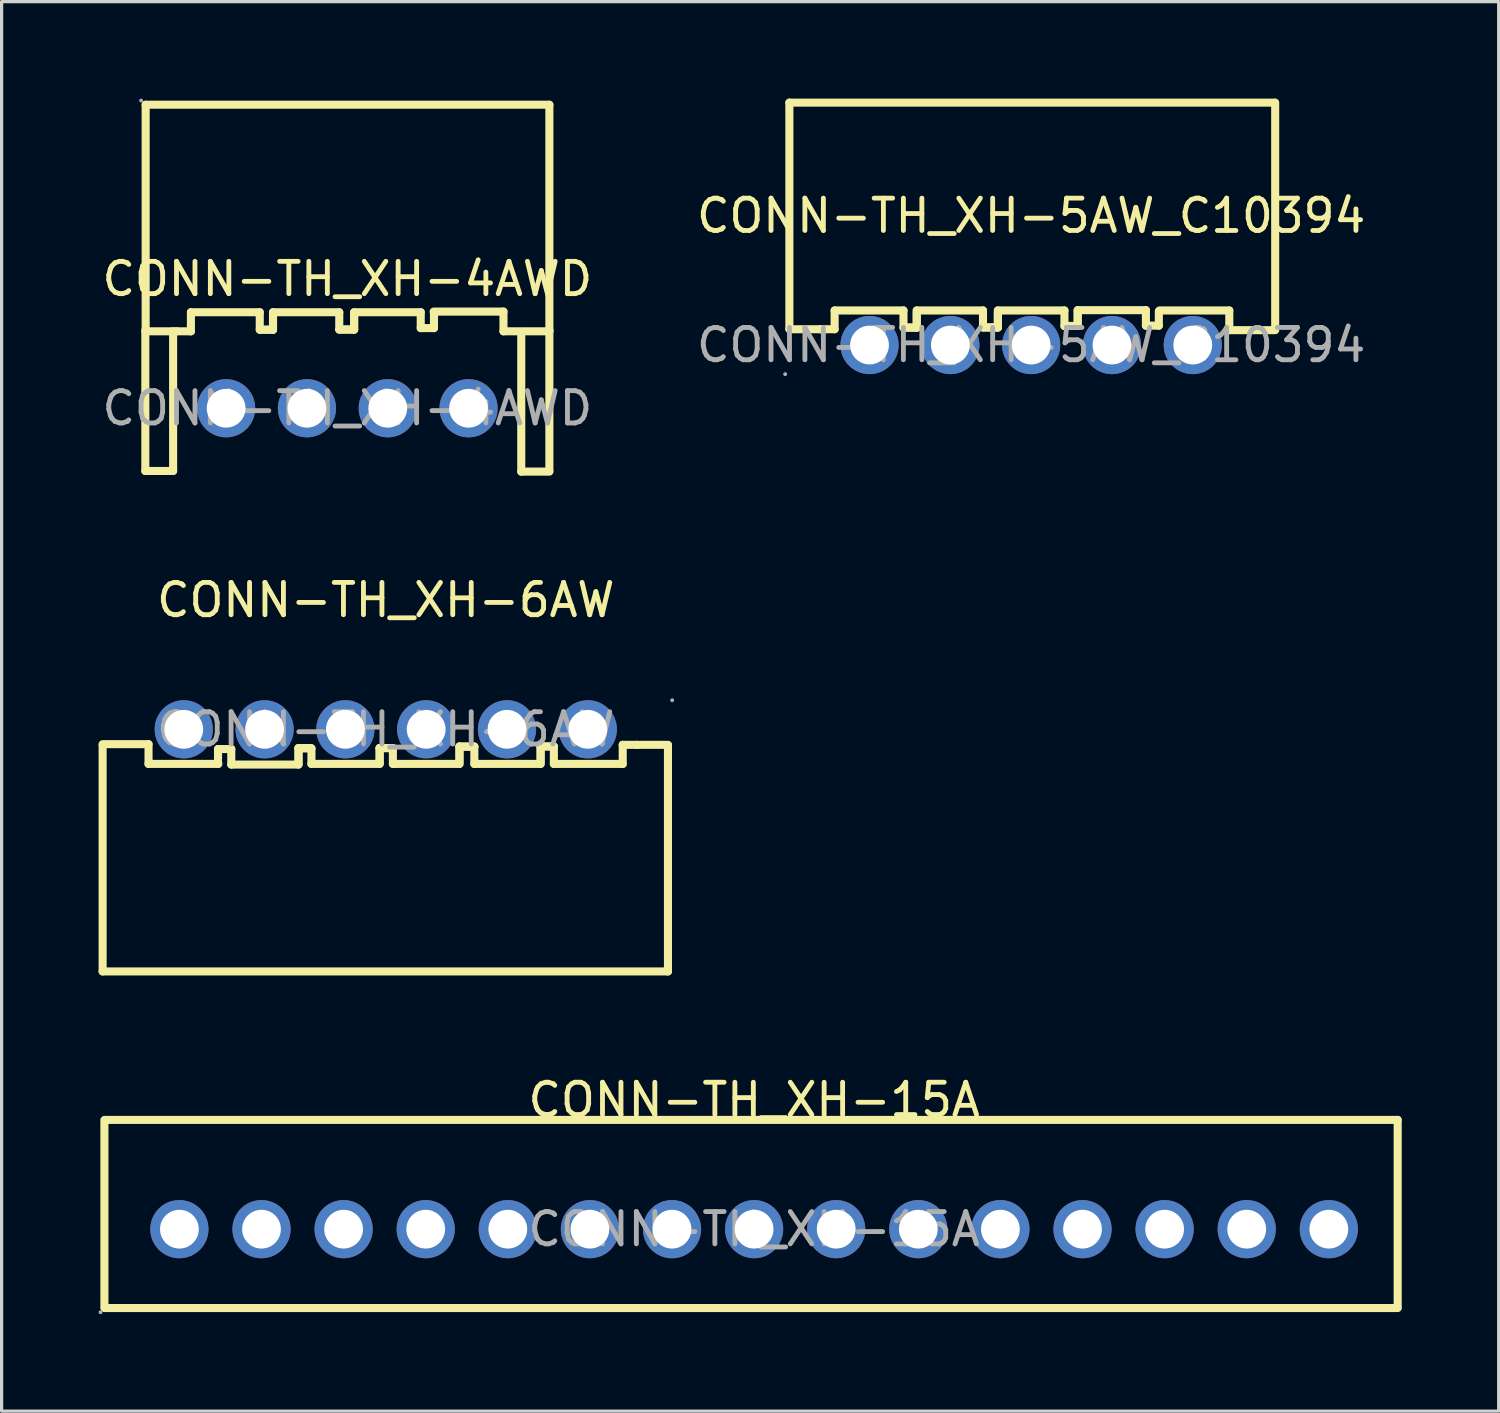
<source format=kicad_pcb>
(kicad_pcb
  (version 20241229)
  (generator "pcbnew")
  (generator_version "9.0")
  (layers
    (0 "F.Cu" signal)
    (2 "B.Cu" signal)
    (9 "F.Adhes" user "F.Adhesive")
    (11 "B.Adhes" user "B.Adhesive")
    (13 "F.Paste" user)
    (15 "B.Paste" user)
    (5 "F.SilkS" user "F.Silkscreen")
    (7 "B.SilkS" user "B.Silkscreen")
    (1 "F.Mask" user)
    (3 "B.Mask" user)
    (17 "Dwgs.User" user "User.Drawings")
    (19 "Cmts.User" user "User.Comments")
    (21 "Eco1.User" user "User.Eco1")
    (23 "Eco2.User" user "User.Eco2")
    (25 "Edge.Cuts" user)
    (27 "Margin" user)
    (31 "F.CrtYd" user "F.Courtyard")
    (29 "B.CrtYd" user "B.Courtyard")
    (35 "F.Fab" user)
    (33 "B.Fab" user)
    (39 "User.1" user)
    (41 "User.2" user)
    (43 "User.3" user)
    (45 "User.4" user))
  (footprint "CONN-TH_XH-4AWD"
    (layer "F.Cu")
    (at 7.696 9.58)
    (property "Reference" "CONN-TH_XH-4AWD" (at 0 -4 0) (layer "F.SilkS") (effects (font (size 1 1) (thickness 0.15))))
    (attr through_hole)
    (fp_line (start -6.25 -2.41) (end -6.25 1.94) (stroke (width 0.25) (type solid)) (layer "F.SilkS"))
    (fp_line (start -6.25 1.94) (end -5.39 1.94) (stroke (width 0.25) (type solid)) (layer "F.SilkS"))
    (fp_line (start -6.24 -9.39) (end 6.25 -9.39) (stroke (width 0.25) (type solid)) (layer "F.SilkS"))
    (fp_line (start -6.24 -2.39) (end -6.24 -9.39) (stroke (width 0.25) (type solid)) (layer "F.SilkS"))
    (fp_line (start -6.24 -2.38) (end -5.28 -2.38) (stroke (width 0.25) (type solid)) (layer "F.SilkS"))
    (fp_line (start -5.39 1.94) (end -5.39 -2.38) (stroke (width 0.25) (type solid)) (layer "F.SilkS"))
    (fp_line (start -5.28 -2.38) (end -4.84 -2.38) (stroke (width 0.25) (type solid)) (layer "F.SilkS"))
    (fp_line (start -4.84 -2.97) (end -2.71 -2.97) (stroke (width 0.25) (type solid)) (layer "F.SilkS"))
    (fp_line (start -4.84 -2.38) (end -4.84 -2.97) (stroke (width 0.25) (type solid)) (layer "F.SilkS"))
    (fp_line (start -2.71 -2.97) (end -2.71 -2.43) (stroke (width 0.25) (type solid)) (layer "F.SilkS"))
    (fp_line (start -2.71 -2.43) (end -2.3 -2.43) (stroke (width 0.25) (type solid)) (layer "F.SilkS"))
    (fp_line (start -2.69 -2.43) (end -2.3 -2.43) (stroke (width 0.25) (type solid)) (layer "F.SilkS"))
    (fp_line (start -2.3 -2.97) (end -0.25 -2.97) (stroke (width 0.25) (type solid)) (layer "F.SilkS"))
    (fp_line (start -2.3 -2.43) (end -2.3 -2.97) (stroke (width 0.25) (type solid)) (layer "F.SilkS"))
    (fp_line (start -2.3 -2.43) (end -2.3 -2.89) (stroke (width 0.25) (type solid)) (layer "F.SilkS"))
    (fp_line (start -0.25 -2.97) (end -0.25 -2.44) (stroke (width 0.25) (type solid)) (layer "F.SilkS"))
    (fp_line (start -0.25 -2.44) (end 0.21 -2.44) (stroke (width 0.25) (type solid)) (layer "F.SilkS"))
    (fp_line (start -0.25 -2.43) (end 0.21 -2.43) (stroke (width 0.25) (type solid)) (layer "F.SilkS"))
    (fp_line (start 0.21 -2.97) (end 2.27 -2.97) (stroke (width 0.25) (type solid)) (layer "F.SilkS"))
    (fp_line (start 0.21 -2.44) (end 0.21 -2.9) (stroke (width 0.25) (type solid)) (layer "F.SilkS"))
    (fp_line (start 0.21 -2.43) (end 0.21 -2.97) (stroke (width 0.25) (type solid)) (layer "F.SilkS"))
    (fp_line (start 2.27 -2.97) (end 2.27 -2.48) (stroke (width 0.25) (type solid)) (layer "F.SilkS"))
    (fp_line (start 2.27 -2.48) (end 2.68 -2.48) (stroke (width 0.25) (type solid)) (layer "F.SilkS"))
    (fp_line (start 2.67 -2.99) (end 4.83 -2.99) (stroke (width 0.25) (type solid)) (layer "F.SilkS"))
    (fp_line (start 2.68 -2.48) (end 2.68 -2.94) (stroke (width 0.25) (type solid)) (layer "F.SilkS"))
    (fp_line (start 4.83 -2.99) (end 4.83 -2.38) (stroke (width 0.25) (type solid)) (layer "F.SilkS"))
    (fp_line (start 4.83 -2.38) (end 6.25 -2.38) (stroke (width 0.25) (type solid)) (layer "F.SilkS"))
    (fp_line (start 5.38 1.96) (end 5.38 -2.36) (stroke (width 0.25) (type solid)) (layer "F.SilkS"))
    (fp_line (start 6.25 -2.41) (end 6.25 1.94) (stroke (width 0.25) (type solid)) (layer "F.SilkS"))
    (fp_line (start 6.25 -2.39) (end 6.25 -9.39) (stroke (width 0.25) (type solid)) (layer "F.SilkS"))
    (fp_line (start 6.25 1.96) (end 5.38 1.96) (stroke (width 0.25) (type solid)) (layer "F.SilkS"))
    (fp_circle (center -6.38 -9.52) (end -6.35 -9.52) (stroke (width 0.06) (type solid)) (fill no) (layer "F.Fab"))
    (fp_circle (center -3.75 0) (end -3.5 0) (stroke (width 0.5) (type solid)) (fill no) (layer "F.Fab"))
    (fp_circle (center -1.25 0) (end -1 0) (stroke (width 0.5) (type solid)) (fill no) (layer "F.Fab"))
    (fp_circle (center 1.25 0) (end 1.5 0) (stroke (width 0.5) (type solid)) (fill no) (layer "F.Fab"))
    (fp_circle (center 3.75 0) (end 4 0) (stroke (width 0.5) (type solid)) (fill no) (layer "F.Fab"))
    (fp_text user "${REFERENCE}" (at 0 0 0) (layer "F.Fab") (effects (font (size 1 1) (thickness 0.15))))
    (pad "1" thru_hole circle (at -3.75 0) (size 1.8 1.8) (drill 1.199) (layers "*.Cu" "*.Paste" "*.Mask"))
    (pad "2" thru_hole circle (at -1.25 0) (size 1.8 1.8) (drill 1.199) (layers "*.Cu" "*.Paste" "*.Mask"))
    (pad "3" thru_hole circle (at 1.25 0) (size 1.8 1.8) (drill 1.199) (layers "*.Cu" "*.Paste" "*.Mask"))
    (pad "4" thru_hole circle (at 3.75 0) (size 1.8 1.8) (drill 1.199) (layers "*.Cu" "*.Paste" "*.Mask")))
  (footprint "CONN-TH_XH-15A"
    (layer "F.Cu")
    (at 20.28 34.977)
    (property "Reference" "CONN-TH_XH-15A" (at 0 -4 0) (layer "F.SilkS") (effects (font (size 1 1) (thickness 0.15))))
    (attr through_hole)
    (fp_line (start -20.1 -3.37) (end -20.1 2.43) (stroke (width 0.25) (type solid)) (layer "F.SilkS"))
    (fp_line (start -20.09 -3.38) (end 19.91 -3.38) (stroke (width 0.25) (type solid)) (layer "F.SilkS"))
    (fp_line (start -20.09 2.44) (end 19.91 2.44) (stroke (width 0.25) (type solid)) (layer "F.SilkS"))
    (fp_line (start 19.91 -3.38) (end 19.91 2.41) (stroke (width 0.25) (type solid)) (layer "F.SilkS"))
    (fp_circle (center -20.22 2.57) (end -20.19 2.57) (stroke (width 0.06) (type solid)) (fill no) (layer "F.Fab"))
    (fp_circle (center -17.78 0) (end -17.53 0) (stroke (width 0.5) (type solid)) (fill no) (layer "F.Fab"))
    (fp_circle (center -15.24 0) (end -14.99 0) (stroke (width 0.5) (type solid)) (fill no) (layer "F.Fab"))
    (fp_circle (center -12.7 0) (end -12.45 0) (stroke (width 0.5) (type solid)) (fill no) (layer "F.Fab"))
    (fp_circle (center -10.16 0) (end -9.91 0) (stroke (width 0.5) (type solid)) (fill no) (layer "F.Fab"))
    (fp_circle (center -7.62 0) (end -7.37 0) (stroke (width 0.5) (type solid)) (fill no) (layer "F.Fab"))
    (fp_circle (center -5.08 0) (end -4.83 0) (stroke (width 0.5) (type solid)) (fill no) (layer "F.Fab"))
    (fp_circle (center -2.54 0) (end -2.29 0) (stroke (width 0.5) (type solid)) (fill no) (layer "F.Fab"))
    (fp_circle (center 0 0) (end 0.25 0) (stroke (width 0.5) (type solid)) (fill no) (layer "F.Fab"))
    (fp_circle (center 2.54 0) (end 2.79 0) (stroke (width 0.5) (type solid)) (fill no) (layer "F.Fab"))
    (fp_circle (center 5.08 0) (end 5.33 0) (stroke (width 0.5) (type solid)) (fill no) (layer "F.Fab"))
    (fp_circle (center 7.62 0) (end 7.87 0) (stroke (width 0.5) (type solid)) (fill no) (layer "F.Fab"))
    (fp_circle (center 10.16 0) (end 10.41 0) (stroke (width 0.5) (type solid)) (fill no) (layer "F.Fab"))
    (fp_circle (center 12.7 0) (end 12.95 0) (stroke (width 0.5) (type solid)) (fill no) (layer "F.Fab"))
    (fp_circle (center 15.24 0) (end 15.49 0) (stroke (width 0.5) (type solid)) (fill no) (layer "F.Fab"))
    (fp_circle (center 17.78 0) (end 18.03 0) (stroke (width 0.5) (type solid)) (fill no) (layer "F.Fab"))
    (fp_text user "${REFERENCE}" (at 0 0 0) (layer "F.Fab") (effects (font (size 1 1) (thickness 0.15))))
    (pad "1" thru_hole circle (at -17.78 0) (size 1.8 1.8) (drill 1.199) (layers "*.Cu" "*.Paste" "*.Mask"))
    (pad "2" thru_hole circle (at -15.24 0) (size 1.8 1.8) (drill 1.199) (layers "*.Cu" "*.Paste" "*.Mask"))
    (pad "3" thru_hole circle (at -12.7 0) (size 1.8 1.8) (drill 1.199) (layers "*.Cu" "*.Paste" "*.Mask"))
    (pad "4" thru_hole circle (at -10.16 0) (size 1.8 1.8) (drill 1.199) (layers "*.Cu" "*.Paste" "*.Mask"))
    (pad "5" thru_hole circle (at -7.62 0) (size 1.8 1.8) (drill 1.199) (layers "*.Cu" "*.Paste" "*.Mask"))
    (pad "6" thru_hole circle (at -5.08 0) (size 1.8 1.8) (drill 1.199) (layers "*.Cu" "*.Paste" "*.Mask"))
    (pad "7" thru_hole circle (at -2.54 0) (size 1.8 1.8) (drill 1.199) (layers "*.Cu" "*.Paste" "*.Mask"))
    (pad "8" thru_hole circle (at 0 0) (size 1.8 1.8) (drill 1.199) (layers "*.Cu" "*.Paste" "*.Mask"))
    (pad "9" thru_hole circle (at 2.54 0) (size 1.8 1.8) (drill 1.199) (layers "*.Cu" "*.Paste" "*.Mask"))
    (pad "10" thru_hole circle (at 5.08 0) (size 1.8 1.8) (drill 1.199) (layers "*.Cu" "*.Paste" "*.Mask"))
    (pad "11" thru_hole circle (at 7.62 0) (size 1.8 1.8) (drill 1.199) (layers "*.Cu" "*.Paste" "*.Mask"))
    (pad "12" thru_hole circle (at 10.16 0) (size 1.8 1.8) (drill 1.199) (layers "*.Cu" "*.Paste" "*.Mask"))
    (pad "13" thru_hole circle (at 12.7 0) (size 1.8 1.8) (drill 1.199) (layers "*.Cu" "*.Paste" "*.Mask"))
    (pad "14" thru_hole circle (at 15.24 0) (size 1.8 1.8) (drill 1.199) (layers "*.Cu" "*.Paste" "*.Mask"))
    (pad "15" thru_hole circle (at 17.78 0) (size 1.8 1.8) (drill 1.199) (layers "*.Cu" "*.Paste" "*.Mask")))
  (footprint "CONN-TH_XH-6AW"
    (layer "F.Cu")
    (at 8.885 19.513)
    (property "Reference" "CONN-TH_XH-6AW" (at 0 -4 0) (layer "F.SilkS") (effects (font (size 1 1) (thickness 0.15))))
    (attr through_hole)
    (fp_line (start -8.76 0.49) (end -8.76 7.49) (stroke (width 0.25) (type solid)) (layer "F.SilkS"))
    (fp_line (start -7.34 0.46) (end -8.76 0.46) (stroke (width 0.25) (type solid)) (layer "F.SilkS"))
    (fp_line (start -7.34 1.07) (end -7.34 0.46) (stroke (width 0.25) (type solid)) (layer "F.SilkS"))
    (fp_line (start -5.19 0.61) (end -5.19 1.07) (stroke (width 0.25) (type solid)) (layer "F.SilkS"))
    (fp_line (start -5.18 1.07) (end -7.34 1.07) (stroke (width 0.25) (type solid)) (layer "F.SilkS"))
    (fp_line (start -4.78 0.61) (end -5.19 0.61) (stroke (width 0.25) (type solid)) (layer "F.SilkS"))
    (fp_line (start -4.78 1.09) (end -4.78 0.61) (stroke (width 0.25) (type solid)) (layer "F.SilkS"))
    (fp_line (start -2.7 0.58) (end -2.7 1.09) (stroke (width 0.25) (type solid)) (layer "F.SilkS"))
    (fp_line (start -2.7 0.59) (end -2.7 1.05) (stroke (width 0.25) (type solid)) (layer "F.SilkS"))
    (fp_line (start -2.7 1.09) (end -4.78 1.09) (stroke (width 0.25) (type solid)) (layer "F.SilkS"))
    (fp_line (start -2.32 0.58) (end -2.7 0.58) (stroke (width 0.25) (type solid)) (layer "F.SilkS"))
    (fp_line (start -2.3 0.59) (end -2.7 0.59) (stroke (width 0.25) (type solid)) (layer "F.SilkS"))
    (fp_line (start -2.3 1.07) (end -2.3 0.59) (stroke (width 0.25) (type solid)) (layer "F.SilkS"))
    (fp_line (start -0.19 0.58) (end -0.19 1.04) (stroke (width 0.25) (type solid)) (layer "F.SilkS"))
    (fp_line (start -0.19 0.58) (end -0.19 1.07) (stroke (width 0.25) (type solid)) (layer "F.SilkS"))
    (fp_line (start -0.19 1.07) (end -2.3 1.07) (stroke (width 0.25) (type solid)) (layer "F.SilkS"))
    (fp_line (start 0.19 0.58) (end -0.19 0.58) (stroke (width 0.25) (type solid)) (layer "F.SilkS"))
    (fp_line (start 0.22 0.58) (end -0.19 0.58) (stroke (width 0.25) (type solid)) (layer "F.SilkS"))
    (fp_line (start 0.22 1.07) (end 0.22 0.58) (stroke (width 0.25) (type solid)) (layer "F.SilkS"))
    (fp_line (start 2.28 0.53) (end 2.28 1.07) (stroke (width 0.25) (type solid)) (layer "F.SilkS"))
    (fp_line (start 2.28 0.54) (end 2.28 1) (stroke (width 0.25) (type solid)) (layer "F.SilkS"))
    (fp_line (start 2.28 1.07) (end 0.22 1.07) (stroke (width 0.25) (type solid)) (layer "F.SilkS"))
    (fp_line (start 2.74 0.53) (end 2.28 0.53) (stroke (width 0.25) (type solid)) (layer "F.SilkS"))
    (fp_line (start 2.74 0.54) (end 2.28 0.54) (stroke (width 0.25) (type solid)) (layer "F.SilkS"))
    (fp_line (start 2.74 1.07) (end 2.74 0.54) (stroke (width 0.25) (type solid)) (layer "F.SilkS"))
    (fp_line (start 4.79 0.53) (end 4.79 0.99) (stroke (width 0.25) (type solid)) (layer "F.SilkS"))
    (fp_line (start 4.79 0.53) (end 4.79 1.07) (stroke (width 0.25) (type solid)) (layer "F.SilkS"))
    (fp_line (start 4.79 1.07) (end 2.74 1.07) (stroke (width 0.25) (type solid)) (layer "F.SilkS"))
    (fp_line (start 5.18 0.53) (end 4.79 0.53) (stroke (width 0.25) (type solid)) (layer "F.SilkS"))
    (fp_line (start 5.2 0.53) (end 4.79 0.53) (stroke (width 0.25) (type solid)) (layer "F.SilkS"))
    (fp_line (start 5.2 1.07) (end 5.2 0.53) (stroke (width 0.25) (type solid)) (layer "F.SilkS"))
    (fp_line (start 7.33 0.48) (end 7.33 1.07) (stroke (width 0.25) (type solid)) (layer "F.SilkS"))
    (fp_line (start 7.33 1.07) (end 5.2 1.07) (stroke (width 0.25) (type solid)) (layer "F.SilkS"))
    (fp_line (start 7.77 0.48) (end 7.33 0.48) (stroke (width 0.25) (type solid)) (layer "F.SilkS"))
    (fp_line (start 8.73 0.48) (end 7.77 0.48) (stroke (width 0.25) (type solid)) (layer "F.SilkS"))
    (fp_line (start 8.73 0.49) (end 8.73 7.49) (stroke (width 0.25) (type solid)) (layer "F.SilkS"))
    (fp_line (start 8.73 7.49) (end -8.76 7.49) (stroke (width 0.25) (type solid)) (layer "F.SilkS"))
    (fp_circle (center -6.25 0) (end -6 0) (stroke (width 0.5) (type solid)) (fill no) (layer "F.Fab"))
    (fp_circle (center -3.75 0) (end -3.5 0) (stroke (width 0.5) (type solid)) (fill no) (layer "F.Fab"))
    (fp_circle (center -1.25 0) (end -1 0) (stroke (width 0.5) (type solid)) (fill no) (layer "F.Fab"))
    (fp_circle (center 1.25 0) (end 1.5 0) (stroke (width 0.5) (type solid)) (fill no) (layer "F.Fab"))
    (fp_circle (center 3.75 0) (end 4 0) (stroke (width 0.5) (type solid)) (fill no) (layer "F.Fab"))
    (fp_circle (center 6.25 0) (end 6.5 0) (stroke (width 0.5) (type solid)) (fill no) (layer "F.Fab"))
    (fp_circle (center 8.86 -0.9) (end 8.89 -0.9) (stroke (width 0.06) (type solid)) (fill no) (layer "F.Fab"))
    (fp_text user "${REFERENCE}" (at 0 0 0) (layer "F.Fab") (effects (font (size 1 1) (thickness 0.15))))
    (pad "1" thru_hole circle (at 6.25 0 180) (size 1.8 1.8) (drill 1.199) (layers "*.Cu" "*.Paste" "*.Mask"))
    (pad "2" thru_hole circle (at 3.75 0 180) (size 1.8 1.8) (drill 1.199) (layers "*.Cu" "*.Paste" "*.Mask"))
    (pad "3" thru_hole circle (at 1.25 0 180) (size 1.8 1.8) (drill 1.199) (layers "*.Cu" "*.Paste" "*.Mask"))
    (pad "4" thru_hole circle (at -1.25 0 180) (size 1.8 1.8) (drill 1.199) (layers "*.Cu" "*.Paste" "*.Mask"))
    (pad "5" thru_hole circle (at -3.75 0 180) (size 1.8 1.8) (drill 1.199) (layers "*.Cu" "*.Paste" "*.Mask"))
    (pad "6" thru_hole circle (at -6.25 0 180) (size 1.8 1.8) (drill 1.199) (layers "*.Cu" "*.Paste" "*.Mask")))
  (footprint "CONN-TH_XH-5AW_C10394"
    (layer "F.Cu")
    (at 28.851 7.625)
    (property "Reference" "CONN-TH_XH-5AW_C10394" (at 0 -4 0) (layer "F.SilkS") (effects (font (size 1 1) (thickness 0.15))))
    (attr through_hole)
    (fp_line (start -7.48 -7.5) (end 7.52 -7.5) (stroke (width 0.25) (type solid)) (layer "F.SilkS"))
    (fp_line (start -7.48 -0.5) (end -7.48 -7.5) (stroke (width 0.25) (type solid)) (layer "F.SilkS"))
    (fp_line (start -7.48 -0.49) (end -6.52 -0.49) (stroke (width 0.25) (type solid)) (layer "F.SilkS"))
    (fp_line (start -6.52 -0.49) (end -6.08 -0.49) (stroke (width 0.25) (type solid)) (layer "F.SilkS"))
    (fp_line (start -6.08 -1.07) (end -3.95 -1.07) (stroke (width 0.25) (type solid)) (layer "F.SilkS"))
    (fp_line (start -6.08 -0.49) (end -6.08 -1.07) (stroke (width 0.25) (type solid)) (layer "F.SilkS"))
    (fp_line (start -3.95 -1.07) (end -3.95 -0.54) (stroke (width 0.25) (type solid)) (layer "F.SilkS"))
    (fp_line (start -3.95 -0.54) (end -3.54 -0.54) (stroke (width 0.25) (type solid)) (layer "F.SilkS"))
    (fp_line (start -3.93 -0.54) (end -3.54 -0.54) (stroke (width 0.25) (type solid)) (layer "F.SilkS"))
    (fp_line (start -3.54 -1.07) (end -1.49 -1.07) (stroke (width 0.25) (type solid)) (layer "F.SilkS"))
    (fp_line (start -3.54 -0.54) (end -3.54 -1.07) (stroke (width 0.25) (type solid)) (layer "F.SilkS"))
    (fp_line (start -3.54 -0.54) (end -3.54 -0.99) (stroke (width 0.25) (type solid)) (layer "F.SilkS"))
    (fp_line (start -1.49 -1.07) (end -1.49 -0.55) (stroke (width 0.25) (type solid)) (layer "F.SilkS"))
    (fp_line (start -1.49 -0.55) (end -1.03 -0.55) (stroke (width 0.25) (type solid)) (layer "F.SilkS"))
    (fp_line (start -1.49 -0.54) (end -1.03 -0.54) (stroke (width 0.25) (type solid)) (layer "F.SilkS"))
    (fp_line (start -1.03 -1.07) (end 1.03 -1.07) (stroke (width 0.25) (type solid)) (layer "F.SilkS"))
    (fp_line (start -1.03 -0.55) (end -1.03 -1) (stroke (width 0.25) (type solid)) (layer "F.SilkS"))
    (fp_line (start -1.03 -0.54) (end -1.03 -1.07) (stroke (width 0.25) (type solid)) (layer "F.SilkS"))
    (fp_line (start 1.03 -1.07) (end 1.03 -0.59) (stroke (width 0.25) (type solid)) (layer "F.SilkS"))
    (fp_line (start 1.03 -0.59) (end 1.44 -0.59) (stroke (width 0.25) (type solid)) (layer "F.SilkS"))
    (fp_line (start 1.06 -0.59) (end 1.44 -0.59) (stroke (width 0.25) (type solid)) (layer "F.SilkS"))
    (fp_line (start 1.44 -1.08) (end 3.55 -1.08) (stroke (width 0.25) (type solid)) (layer "F.SilkS"))
    (fp_line (start 1.44 -0.59) (end 1.44 -1.08) (stroke (width 0.25) (type solid)) (layer "F.SilkS"))
    (fp_line (start 1.44 -0.59) (end 1.44 -1.05) (stroke (width 0.25) (type solid)) (layer "F.SilkS"))
    (fp_line (start 3.55 -1.08) (end 3.55 -0.6) (stroke (width 0.25) (type solid)) (layer "F.SilkS"))
    (fp_line (start 3.55 -0.6) (end 3.95 -0.6) (stroke (width 0.25) (type solid)) (layer "F.SilkS"))
    (fp_line (start 3.95 -0.6) (end 3.95 -1.05) (stroke (width 0.25) (type solid)) (layer "F.SilkS"))
    (fp_line (start 3.97 -1.07) (end 6.13 -1.07) (stroke (width 0.25) (type solid)) (layer "F.SilkS"))
    (fp_line (start 6.13 -1.07) (end 6.13 -0.46) (stroke (width 0.25) (type solid)) (layer "F.SilkS"))
    (fp_line (start 6.13 -0.46) (end 7.55 -0.46) (stroke (width 0.25) (type solid)) (layer "F.SilkS"))
    (fp_line (start 7.55 -0.5) (end 7.55 -7.5) (stroke (width 0.25) (type solid)) (layer "F.SilkS"))
    (fp_circle (center -7.61 0.9) (end -7.58 0.9) (stroke (width 0.06) (type solid)) (fill no) (layer "F.Fab"))
    (fp_circle (center -5 0) (end -4.75 0) (stroke (width 0.5) (type solid)) (fill no) (layer "F.Fab"))
    (fp_circle (center -2.5 0) (end -2.25 0) (stroke (width 0.5) (type solid)) (fill no) (layer "F.Fab"))
    (fp_circle (center 0 0) (end 0.25 0) (stroke (width 0.5) (type solid)) (fill no) (layer "F.Fab"))
    (fp_circle (center 2.5 0) (end 2.75 0) (stroke (width 0.5) (type solid)) (fill no) (layer "F.Fab"))
    (fp_circle (center 5 0) (end 5.25 0) (stroke (width 0.5) (type solid)) (fill no) (layer "F.Fab"))
    (fp_text user "${REFERENCE}" (at 0 0 0) (layer "F.Fab") (effects (font (size 1 1) (thickness 0.15))))
    (pad "1" thru_hole circle (at -5 0) (size 1.8 1.8) (drill 1.199) (layers "*.Cu" "*.Paste" "*.Mask"))
    (pad "2" thru_hole circle (at -2.5 0) (size 1.8 1.8) (drill 1.199) (layers "*.Cu" "*.Paste" "*.Mask"))
    (pad "3" thru_hole circle (at 0 0) (size 1.8 1.8) (drill 1.199) (layers "*.Cu" "*.Paste" "*.Mask"))
    (pad "4" thru_hole circle (at 2.5 0) (size 1.8 1.8) (drill 1.199) (layers "*.Cu" "*.Paste" "*.Mask"))
    (pad "5" thru_hole circle (at 5 0) (size 1.8 1.8) (drill 1.199) (layers "*.Cu" "*.Paste" "*.Mask")))
  (gr_rect
    (start -3 -3)
    (end 43.315 40.606)
    (stroke (width 0.1) (type default))
    (fill no)
    (layer "Edge.Cuts")))
</source>
